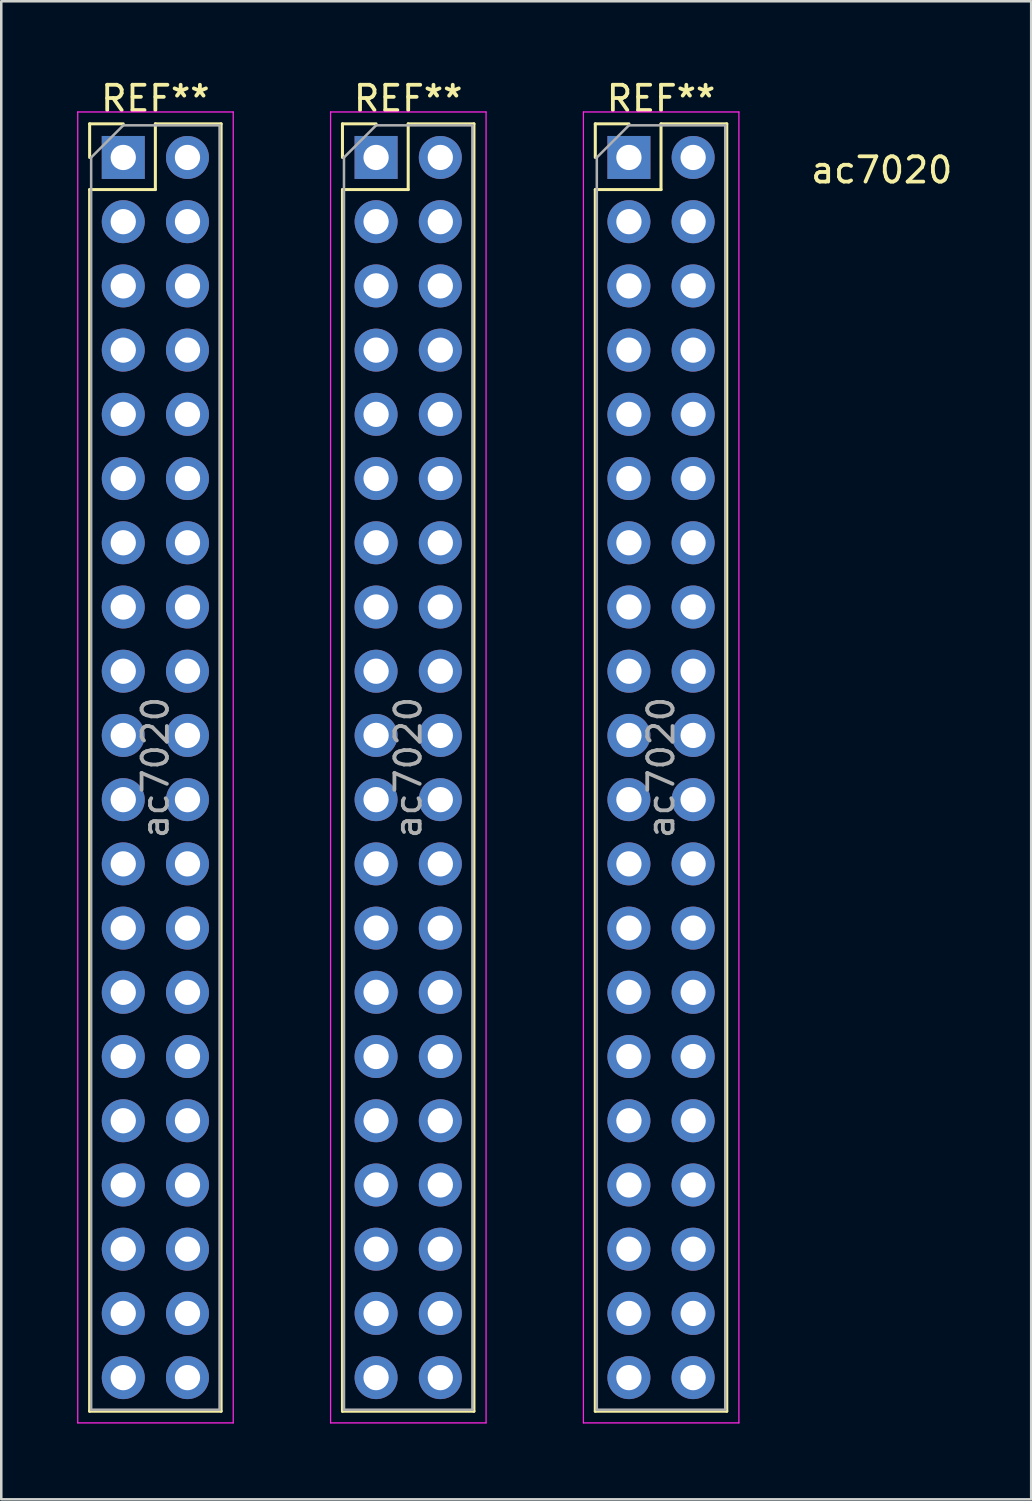
<source format=kicad_pcb>
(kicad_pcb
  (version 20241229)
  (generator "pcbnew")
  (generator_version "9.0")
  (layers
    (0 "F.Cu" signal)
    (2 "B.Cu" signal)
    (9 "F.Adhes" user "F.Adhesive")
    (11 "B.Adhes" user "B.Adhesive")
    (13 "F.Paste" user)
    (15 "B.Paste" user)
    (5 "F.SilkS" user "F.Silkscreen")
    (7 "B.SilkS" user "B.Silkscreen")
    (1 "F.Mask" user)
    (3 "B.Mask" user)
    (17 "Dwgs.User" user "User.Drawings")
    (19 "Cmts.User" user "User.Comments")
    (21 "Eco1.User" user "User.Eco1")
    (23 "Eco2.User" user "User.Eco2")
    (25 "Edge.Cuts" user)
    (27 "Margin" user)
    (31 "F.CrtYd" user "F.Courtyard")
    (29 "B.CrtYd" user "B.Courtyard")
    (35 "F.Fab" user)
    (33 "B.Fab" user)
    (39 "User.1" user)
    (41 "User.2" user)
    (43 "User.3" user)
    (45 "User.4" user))
  (footprint "ac7020"
    (layer "F.Cu")
    (at 31.825 3.178)
    (property "Reference" "ac7020" (at 0 0.5 0) (layer "F.SilkS") (effects (font (size 1 1) (thickness 0.15))))
    (attr through_hole)
    (fp_line (start -31.33 -1.33) (end -30 -1.33) (stroke (width 0.12) (type solid)) (layer "F.SilkS"))
    (fp_line (start -31.33 0) (end -31.33 -1.33) (stroke (width 0.12) (type solid)) (layer "F.SilkS"))
    (fp_line (start -31.33 1.27) (end -31.33 49.59) (stroke (width 0.12) (type solid)) (layer "F.SilkS"))
    (fp_line (start -31.33 1.27) (end -28.73 1.27) (stroke (width 0.12) (type solid)) (layer "F.SilkS"))
    (fp_line (start -31.33 49.59) (end -26.13 49.59) (stroke (width 0.12) (type solid)) (layer "F.SilkS"))
    (fp_line (start -28.73 -1.33) (end -26.13 -1.33) (stroke (width 0.12) (type solid)) (layer "F.SilkS"))
    (fp_line (start -28.73 1.27) (end -28.73 -1.33) (stroke (width 0.12) (type solid)) (layer "F.SilkS"))
    (fp_line (start -26.13 -1.33) (end -26.13 49.59) (stroke (width 0.12) (type solid)) (layer "F.SilkS"))
    (fp_line (start -21.33 -1.33) (end -20 -1.33) (stroke (width 0.12) (type solid)) (layer "F.SilkS"))
    (fp_line (start -21.33 0) (end -21.33 -1.33) (stroke (width 0.12) (type solid)) (layer "F.SilkS"))
    (fp_line (start -21.33 1.27) (end -21.33 49.59) (stroke (width 0.12) (type solid)) (layer "F.SilkS"))
    (fp_line (start -21.33 1.27) (end -18.73 1.27) (stroke (width 0.12) (type solid)) (layer "F.SilkS"))
    (fp_line (start -21.33 49.59) (end -16.13 49.59) (stroke (width 0.12) (type solid)) (layer "F.SilkS"))
    (fp_line (start -18.73 -1.33) (end -16.13 -1.33) (stroke (width 0.12) (type solid)) (layer "F.SilkS"))
    (fp_line (start -18.73 1.27) (end -18.73 -1.33) (stroke (width 0.12) (type solid)) (layer "F.SilkS"))
    (fp_line (start -16.13 -1.33) (end -16.13 49.59) (stroke (width 0.12) (type solid)) (layer "F.SilkS"))
    (fp_line (start -11.33 -1.33) (end -10 -1.33) (stroke (width 0.12) (type solid)) (layer "F.SilkS"))
    (fp_line (start -11.33 0) (end -11.33 -1.33) (stroke (width 0.12) (type solid)) (layer "F.SilkS"))
    (fp_line (start -11.33 1.27) (end -11.33 49.59) (stroke (width 0.12) (type solid)) (layer "F.SilkS"))
    (fp_line (start -11.33 1.27) (end -8.73 1.27) (stroke (width 0.12) (type solid)) (layer "F.SilkS"))
    (fp_line (start -11.33 49.59) (end -6.13 49.59) (stroke (width 0.12) (type solid)) (layer "F.SilkS"))
    (fp_line (start -8.73 -1.33) (end -6.13 -1.33) (stroke (width 0.12) (type solid)) (layer "F.SilkS"))
    (fp_line (start -8.73 1.27) (end -8.73 -1.33) (stroke (width 0.12) (type solid)) (layer "F.SilkS"))
    (fp_line (start -6.13 -1.33) (end -6.13 49.59) (stroke (width 0.12) (type solid)) (layer "F.SilkS"))
    (fp_line (start -31.8 -1.8) (end -31.8 50.05) (stroke (width 0.05) (type solid)) (layer "F.CrtYd"))
    (fp_line (start -31.8 50.05) (end -25.65 50.05) (stroke (width 0.05) (type solid)) (layer "F.CrtYd"))
    (fp_line (start -25.65 -1.8) (end -31.8 -1.8) (stroke (width 0.05) (type solid)) (layer "F.CrtYd"))
    (fp_line (start -25.65 50.05) (end -25.65 -1.8) (stroke (width 0.05) (type solid)) (layer "F.CrtYd"))
    (fp_line (start -21.8 -1.8) (end -21.8 50.05) (stroke (width 0.05) (type solid)) (layer "F.CrtYd"))
    (fp_line (start -21.8 50.05) (end -15.65 50.05) (stroke (width 0.05) (type solid)) (layer "F.CrtYd"))
    (fp_line (start -15.65 -1.8) (end -21.8 -1.8) (stroke (width 0.05) (type solid)) (layer "F.CrtYd"))
    (fp_line (start -15.65 50.05) (end -15.65 -1.8) (stroke (width 0.05) (type solid)) (layer "F.CrtYd"))
    (fp_line (start -11.8 -1.8) (end -11.8 50.05) (stroke (width 0.05) (type solid)) (layer "F.CrtYd"))
    (fp_line (start -11.8 50.05) (end -5.65 50.05) (stroke (width 0.05) (type solid)) (layer "F.CrtYd"))
    (fp_line (start -5.65 -1.8) (end -11.8 -1.8) (stroke (width 0.05) (type solid)) (layer "F.CrtYd"))
    (fp_line (start -5.65 50.05) (end -5.65 -1.8) (stroke (width 0.05) (type solid)) (layer "F.CrtYd"))
    (fp_line (start -31.27 0) (end -30 -1.27) (stroke (width 0.1) (type solid)) (layer "F.Fab"))
    (fp_line (start -31.27 49.53) (end -31.27 0) (stroke (width 0.1) (type solid)) (layer "F.Fab"))
    (fp_line (start -30 -1.27) (end -26.19 -1.27) (stroke (width 0.1) (type solid)) (layer "F.Fab"))
    (fp_line (start -26.19 -1.27) (end -26.19 49.53) (stroke (width 0.1) (type solid)) (layer "F.Fab"))
    (fp_line (start -26.19 49.53) (end -31.27 49.53) (stroke (width 0.1) (type solid)) (layer "F.Fab"))
    (fp_line (start -21.27 0) (end -20 -1.27) (stroke (width 0.1) (type solid)) (layer "F.Fab"))
    (fp_line (start -21.27 49.53) (end -21.27 0) (stroke (width 0.1) (type solid)) (layer "F.Fab"))
    (fp_line (start -20 -1.27) (end -16.19 -1.27) (stroke (width 0.1) (type solid)) (layer "F.Fab"))
    (fp_line (start -16.19 -1.27) (end -16.19 49.53) (stroke (width 0.1) (type solid)) (layer "F.Fab"))
    (fp_line (start -16.19 49.53) (end -21.27 49.53) (stroke (width 0.1) (type solid)) (layer "F.Fab"))
    (fp_line (start -11.27 0) (end -10 -1.27) (stroke (width 0.1) (type solid)) (layer "F.Fab"))
    (fp_line (start -11.27 49.53) (end -11.27 0) (stroke (width 0.1) (type solid)) (layer "F.Fab"))
    (fp_line (start -10 -1.27) (end -6.19 -1.27) (stroke (width 0.1) (type solid)) (layer "F.Fab"))
    (fp_line (start -6.19 -1.27) (end -6.19 49.53) (stroke (width 0.1) (type solid)) (layer "F.Fab"))
    (fp_line (start -6.19 49.53) (end -11.27 49.53) (stroke (width 0.1) (type solid)) (layer "F.Fab"))
    (fp_text user "REF**" (at -28.73 -2.33 0) (layer "F.SilkS") (effects (font (size 1 1) (thickness 0.15))))
    (fp_text user "REF**" (at -18.73 -2.33 0) (layer "F.SilkS") (effects (font (size 1 1) (thickness 0.15))))
    (fp_text user "REF**" (at -8.73 -2.33 0) (layer "F.SilkS") (effects (font (size 1 1) (thickness 0.15))))
    (fp_text user "${REFERENCE}" (at -8.73 24.13 90) (layer "F.Fab") (effects (font (size 1 1) (thickness 0.15))))
    (fp_text user "${REFERENCE}" (at -28.73 24.13 90) (layer "F.Fab") (effects (font (size 1 1) (thickness 0.15))))
    (fp_text user "${REFERENCE}" (at -18.73 24.13 90) (layer "F.Fab") (effects (font (size 1 1) (thickness 0.15))))
    (pad "1" thru_hole rect (at -30 0) (size 1.7 1.7) (drill 1) (layers "*.Cu" "*.Mask"))
    (pad "1" thru_hole rect (at -20 0) (size 1.7 1.7) (drill 1) (layers "*.Cu" "*.Mask"))
    (pad "1" thru_hole rect (at -10 0) (size 1.7 1.7) (drill 1) (layers "*.Cu" "*.Mask"))
    (pad "2" thru_hole oval (at -27.46 0) (size 1.7 1.7) (drill 1) (layers "*.Cu" "*.Mask"))
    (pad "2" thru_hole oval (at -17.46 0) (size 1.7 1.7) (drill 1) (layers "*.Cu" "*.Mask"))
    (pad "2" thru_hole oval (at -7.46 0) (size 1.7 1.7) (drill 1) (layers "*.Cu" "*.Mask"))
    (pad "3" thru_hole oval (at -30 2.54) (size 1.7 1.7) (drill 1) (layers "*.Cu" "*.Mask"))
    (pad "3" thru_hole oval (at -20 2.54) (size 1.7 1.7) (drill 1) (layers "*.Cu" "*.Mask"))
    (pad "3" thru_hole oval (at -10 2.54) (size 1.7 1.7) (drill 1) (layers "*.Cu" "*.Mask"))
    (pad "4" thru_hole oval (at -27.46 2.54) (size 1.7 1.7) (drill 1) (layers "*.Cu" "*.Mask"))
    (pad "4" thru_hole oval (at -17.46 2.54) (size 1.7 1.7) (drill 1) (layers "*.Cu" "*.Mask"))
    (pad "4" thru_hole oval (at -7.46 2.54) (size 1.7 1.7) (drill 1) (layers "*.Cu" "*.Mask"))
    (pad "5" thru_hole oval (at -30 5.08) (size 1.7 1.7) (drill 1) (layers "*.Cu" "*.Mask"))
    (pad "5" thru_hole oval (at -20 5.08) (size 1.7 1.7) (drill 1) (layers "*.Cu" "*.Mask"))
    (pad "5" thru_hole oval (at -10 5.08) (size 1.7 1.7) (drill 1) (layers "*.Cu" "*.Mask"))
    (pad "6" thru_hole oval (at -27.46 5.08) (size 1.7 1.7) (drill 1) (layers "*.Cu" "*.Mask"))
    (pad "6" thru_hole oval (at -17.46 5.08) (size 1.7 1.7) (drill 1) (layers "*.Cu" "*.Mask"))
    (pad "6" thru_hole oval (at -7.46 5.08) (size 1.7 1.7) (drill 1) (layers "*.Cu" "*.Mask"))
    (pad "7" thru_hole oval (at -30 7.62) (size 1.7 1.7) (drill 1) (layers "*.Cu" "*.Mask"))
    (pad "7" thru_hole oval (at -20 7.62) (size 1.7 1.7) (drill 1) (layers "*.Cu" "*.Mask"))
    (pad "7" thru_hole oval (at -10 7.62) (size 1.7 1.7) (drill 1) (layers "*.Cu" "*.Mask"))
    (pad "8" thru_hole oval (at -27.46 7.62) (size 1.7 1.7) (drill 1) (layers "*.Cu" "*.Mask"))
    (pad "8" thru_hole oval (at -17.46 7.62) (size 1.7 1.7) (drill 1) (layers "*.Cu" "*.Mask"))
    (pad "8" thru_hole oval (at -7.46 7.62) (size 1.7 1.7) (drill 1) (layers "*.Cu" "*.Mask"))
    (pad "9" thru_hole oval (at -30 10.16) (size 1.7 1.7) (drill 1) (layers "*.Cu" "*.Mask"))
    (pad "9" thru_hole oval (at -20 10.16) (size 1.7 1.7) (drill 1) (layers "*.Cu" "*.Mask"))
    (pad "9" thru_hole oval (at -10 10.16) (size 1.7 1.7) (drill 1) (layers "*.Cu" "*.Mask"))
    (pad "10" thru_hole oval (at -27.46 10.16) (size 1.7 1.7) (drill 1) (layers "*.Cu" "*.Mask"))
    (pad "10" thru_hole oval (at -17.46 10.16) (size 1.7 1.7) (drill 1) (layers "*.Cu" "*.Mask"))
    (pad "10" thru_hole oval (at -7.46 10.16) (size 1.7 1.7) (drill 1) (layers "*.Cu" "*.Mask"))
    (pad "11" thru_hole oval (at -30 12.7) (size 1.7 1.7) (drill 1) (layers "*.Cu" "*.Mask"))
    (pad "11" thru_hole oval (at -20 12.7) (size 1.7 1.7) (drill 1) (layers "*.Cu" "*.Mask"))
    (pad "11" thru_hole oval (at -10 12.7) (size 1.7 1.7) (drill 1) (layers "*.Cu" "*.Mask"))
    (pad "12" thru_hole oval (at -27.46 12.7) (size 1.7 1.7) (drill 1) (layers "*.Cu" "*.Mask"))
    (pad "12" thru_hole oval (at -17.46 12.7) (size 1.7 1.7) (drill 1) (layers "*.Cu" "*.Mask"))
    (pad "12" thru_hole oval (at -7.46 12.7) (size 1.7 1.7) (drill 1) (layers "*.Cu" "*.Mask"))
    (pad "13" thru_hole oval (at -30 15.24) (size 1.7 1.7) (drill 1) (layers "*.Cu" "*.Mask"))
    (pad "13" thru_hole oval (at -20 15.24) (size 1.7 1.7) (drill 1) (layers "*.Cu" "*.Mask"))
    (pad "13" thru_hole oval (at -10 15.24) (size 1.7 1.7) (drill 1) (layers "*.Cu" "*.Mask"))
    (pad "14" thru_hole oval (at -27.46 15.24) (size 1.7 1.7) (drill 1) (layers "*.Cu" "*.Mask"))
    (pad "14" thru_hole oval (at -17.46 15.24) (size 1.7 1.7) (drill 1) (layers "*.Cu" "*.Mask"))
    (pad "14" thru_hole oval (at -7.46 15.24) (size 1.7 1.7) (drill 1) (layers "*.Cu" "*.Mask"))
    (pad "15" thru_hole oval (at -30 17.78) (size 1.7 1.7) (drill 1) (layers "*.Cu" "*.Mask"))
    (pad "15" thru_hole oval (at -20 17.78) (size 1.7 1.7) (drill 1) (layers "*.Cu" "*.Mask"))
    (pad "15" thru_hole oval (at -10 17.78) (size 1.7 1.7) (drill 1) (layers "*.Cu" "*.Mask"))
    (pad "16" thru_hole oval (at -27.46 17.78) (size 1.7 1.7) (drill 1) (layers "*.Cu" "*.Mask"))
    (pad "16" thru_hole oval (at -17.46 17.78) (size 1.7 1.7) (drill 1) (layers "*.Cu" "*.Mask"))
    (pad "16" thru_hole oval (at -7.46 17.78) (size 1.7 1.7) (drill 1) (layers "*.Cu" "*.Mask"))
    (pad "17" thru_hole oval (at -30 20.32) (size 1.7 1.7) (drill 1) (layers "*.Cu" "*.Mask"))
    (pad "17" thru_hole oval (at -20 20.32) (size 1.7 1.7) (drill 1) (layers "*.Cu" "*.Mask"))
    (pad "17" thru_hole oval (at -10 20.32) (size 1.7 1.7) (drill 1) (layers "*.Cu" "*.Mask"))
    (pad "18" thru_hole oval (at -27.46 20.32) (size 1.7 1.7) (drill 1) (layers "*.Cu" "*.Mask"))
    (pad "18" thru_hole oval (at -17.46 20.32) (size 1.7 1.7) (drill 1) (layers "*.Cu" "*.Mask"))
    (pad "18" thru_hole oval (at -7.46 20.32) (size 1.7 1.7) (drill 1) (layers "*.Cu" "*.Mask"))
    (pad "19" thru_hole oval (at -30 22.86) (size 1.7 1.7) (drill 1) (layers "*.Cu" "*.Mask"))
    (pad "19" thru_hole oval (at -20 22.86) (size 1.7 1.7) (drill 1) (layers "*.Cu" "*.Mask"))
    (pad "19" thru_hole oval (at -10 22.86) (size 1.7 1.7) (drill 1) (layers "*.Cu" "*.Mask"))
    (pad "20" thru_hole oval (at -27.46 22.86) (size 1.7 1.7) (drill 1) (layers "*.Cu" "*.Mask"))
    (pad "20" thru_hole oval (at -17.46 22.86) (size 1.7 1.7) (drill 1) (layers "*.Cu" "*.Mask"))
    (pad "20" thru_hole oval (at -7.46 22.86) (size 1.7 1.7) (drill 1) (layers "*.Cu" "*.Mask"))
    (pad "21" thru_hole oval (at -30 25.4) (size 1.7 1.7) (drill 1) (layers "*.Cu" "*.Mask"))
    (pad "21" thru_hole oval (at -20 25.4) (size 1.7 1.7) (drill 1) (layers "*.Cu" "*.Mask"))
    (pad "21" thru_hole oval (at -10 25.4) (size 1.7 1.7) (drill 1) (layers "*.Cu" "*.Mask"))
    (pad "22" thru_hole oval (at -27.46 25.4) (size 1.7 1.7) (drill 1) (layers "*.Cu" "*.Mask"))
    (pad "22" thru_hole oval (at -17.46 25.4) (size 1.7 1.7) (drill 1) (layers "*.Cu" "*.Mask"))
    (pad "22" thru_hole oval (at -7.46 25.4) (size 1.7 1.7) (drill 1) (layers "*.Cu" "*.Mask"))
    (pad "23" thru_hole oval (at -30 27.94) (size 1.7 1.7) (drill 1) (layers "*.Cu" "*.Mask"))
    (pad "23" thru_hole oval (at -20 27.94) (size 1.7 1.7) (drill 1) (layers "*.Cu" "*.Mask"))
    (pad "23" thru_hole oval (at -10 27.94) (size 1.7 1.7) (drill 1) (layers "*.Cu" "*.Mask"))
    (pad "24" thru_hole oval (at -27.46 27.94) (size 1.7 1.7) (drill 1) (layers "*.Cu" "*.Mask"))
    (pad "24" thru_hole oval (at -17.46 27.94) (size 1.7 1.7) (drill 1) (layers "*.Cu" "*.Mask"))
    (pad "24" thru_hole oval (at -7.46 27.94) (size 1.7 1.7) (drill 1) (layers "*.Cu" "*.Mask"))
    (pad "25" thru_hole oval (at -30 30.48) (size 1.7 1.7) (drill 1) (layers "*.Cu" "*.Mask"))
    (pad "25" thru_hole oval (at -20 30.48) (size 1.7 1.7) (drill 1) (layers "*.Cu" "*.Mask"))
    (pad "25" thru_hole oval (at -10 30.48) (size 1.7 1.7) (drill 1) (layers "*.Cu" "*.Mask"))
    (pad "26" thru_hole oval (at -27.46 30.48) (size 1.7 1.7) (drill 1) (layers "*.Cu" "*.Mask"))
    (pad "26" thru_hole oval (at -17.46 30.48) (size 1.7 1.7) (drill 1) (layers "*.Cu" "*.Mask"))
    (pad "26" thru_hole oval (at -7.46 30.48) (size 1.7 1.7) (drill 1) (layers "*.Cu" "*.Mask"))
    (pad "27" thru_hole oval (at -30 33.02) (size 1.7 1.7) (drill 1) (layers "*.Cu" "*.Mask"))
    (pad "27" thru_hole oval (at -20 33.02) (size 1.7 1.7) (drill 1) (layers "*.Cu" "*.Mask"))
    (pad "27" thru_hole oval (at -10 33.02) (size 1.7 1.7) (drill 1) (layers "*.Cu" "*.Mask"))
    (pad "28" thru_hole oval (at -27.46 33.02) (size 1.7 1.7) (drill 1) (layers "*.Cu" "*.Mask"))
    (pad "28" thru_hole oval (at -17.46 33.02) (size 1.7 1.7) (drill 1) (layers "*.Cu" "*.Mask"))
    (pad "28" thru_hole oval (at -7.46 33.02) (size 1.7 1.7) (drill 1) (layers "*.Cu" "*.Mask"))
    (pad "29" thru_hole oval (at -30 35.56) (size 1.7 1.7) (drill 1) (layers "*.Cu" "*.Mask"))
    (pad "29" thru_hole oval (at -20 35.56) (size 1.7 1.7) (drill 1) (layers "*.Cu" "*.Mask"))
    (pad "29" thru_hole oval (at -10 35.56) (size 1.7 1.7) (drill 1) (layers "*.Cu" "*.Mask"))
    (pad "30" thru_hole oval (at -27.46 35.56) (size 1.7 1.7) (drill 1) (layers "*.Cu" "*.Mask"))
    (pad "30" thru_hole oval (at -17.46 35.56) (size 1.7 1.7) (drill 1) (layers "*.Cu" "*.Mask"))
    (pad "30" thru_hole oval (at -7.46 35.56) (size 1.7 1.7) (drill 1) (layers "*.Cu" "*.Mask"))
    (pad "31" thru_hole oval (at -30 38.1) (size 1.7 1.7) (drill 1) (layers "*.Cu" "*.Mask"))
    (pad "31" thru_hole oval (at -20 38.1) (size 1.7 1.7) (drill 1) (layers "*.Cu" "*.Mask"))
    (pad "31" thru_hole oval (at -10 38.1) (size 1.7 1.7) (drill 1) (layers "*.Cu" "*.Mask"))
    (pad "32" thru_hole oval (at -27.46 38.1) (size 1.7 1.7) (drill 1) (layers "*.Cu" "*.Mask"))
    (pad "32" thru_hole oval (at -17.46 38.1) (size 1.7 1.7) (drill 1) (layers "*.Cu" "*.Mask"))
    (pad "32" thru_hole oval (at -7.46 38.1) (size 1.7 1.7) (drill 1) (layers "*.Cu" "*.Mask"))
    (pad "33" thru_hole oval (at -30 40.64) (size 1.7 1.7) (drill 1) (layers "*.Cu" "*.Mask"))
    (pad "33" thru_hole oval (at -20 40.64) (size 1.7 1.7) (drill 1) (layers "*.Cu" "*.Mask"))
    (pad "33" thru_hole oval (at -10 40.64) (size 1.7 1.7) (drill 1) (layers "*.Cu" "*.Mask"))
    (pad "34" thru_hole oval (at -27.46 40.64) (size 1.7 1.7) (drill 1) (layers "*.Cu" "*.Mask"))
    (pad "34" thru_hole oval (at -17.46 40.64) (size 1.7 1.7) (drill 1) (layers "*.Cu" "*.Mask"))
    (pad "34" thru_hole oval (at -7.46 40.64) (size 1.7 1.7) (drill 1) (layers "*.Cu" "*.Mask"))
    (pad "35" thru_hole oval (at -30 43.18) (size 1.7 1.7) (drill 1) (layers "*.Cu" "*.Mask"))
    (pad "35" thru_hole oval (at -20 43.18) (size 1.7 1.7) (drill 1) (layers "*.Cu" "*.Mask"))
    (pad "35" thru_hole oval (at -10 43.18) (size 1.7 1.7) (drill 1) (layers "*.Cu" "*.Mask"))
    (pad "36" thru_hole oval (at -27.46 43.18) (size 1.7 1.7) (drill 1) (layers "*.Cu" "*.Mask"))
    (pad "36" thru_hole oval (at -17.46 43.18) (size 1.7 1.7) (drill 1) (layers "*.Cu" "*.Mask"))
    (pad "36" thru_hole oval (at -7.46 43.18) (size 1.7 1.7) (drill 1) (layers "*.Cu" "*.Mask"))
    (pad "37" thru_hole oval (at -30 45.72) (size 1.7 1.7) (drill 1) (layers "*.Cu" "*.Mask"))
    (pad "37" thru_hole oval (at -20 45.72) (size 1.7 1.7) (drill 1) (layers "*.Cu" "*.Mask"))
    (pad "37" thru_hole oval (at -10 45.72) (size 1.7 1.7) (drill 1) (layers "*.Cu" "*.Mask"))
    (pad "38" thru_hole oval (at -27.46 45.72) (size 1.7 1.7) (drill 1) (layers "*.Cu" "*.Mask"))
    (pad "38" thru_hole oval (at -17.46 45.72) (size 1.7 1.7) (drill 1) (layers "*.Cu" "*.Mask"))
    (pad "38" thru_hole oval (at -7.46 45.72) (size 1.7 1.7) (drill 1) (layers "*.Cu" "*.Mask"))
    (pad "39" thru_hole oval (at -30 48.26) (size 1.7 1.7) (drill 1) (layers "*.Cu" "*.Mask"))
    (pad "39" thru_hole oval (at -20 48.26) (size 1.7 1.7) (drill 1) (layers "*.Cu" "*.Mask"))
    (pad "39" thru_hole oval (at -10 48.26) (size 1.7 1.7) (drill 1) (layers "*.Cu" "*.Mask"))
    (pad "40" thru_hole oval (at -27.46 48.26) (size 1.7 1.7) (drill 1) (layers "*.Cu" "*.Mask"))
    (pad "40" thru_hole oval (at -17.46 48.26) (size 1.7 1.7) (drill 1) (layers "*.Cu" "*.Mask"))
    (pad "40" thru_hole oval (at -7.46 48.26) (size 1.7 1.7) (drill 1) (layers "*.Cu" "*.Mask")))
  (gr_rect
    (start -3 -3)
    (end 37.736 56.253)
    (stroke (width 0.1) (type default))
    (fill no)
    (layer "Edge.Cuts")))
</source>
